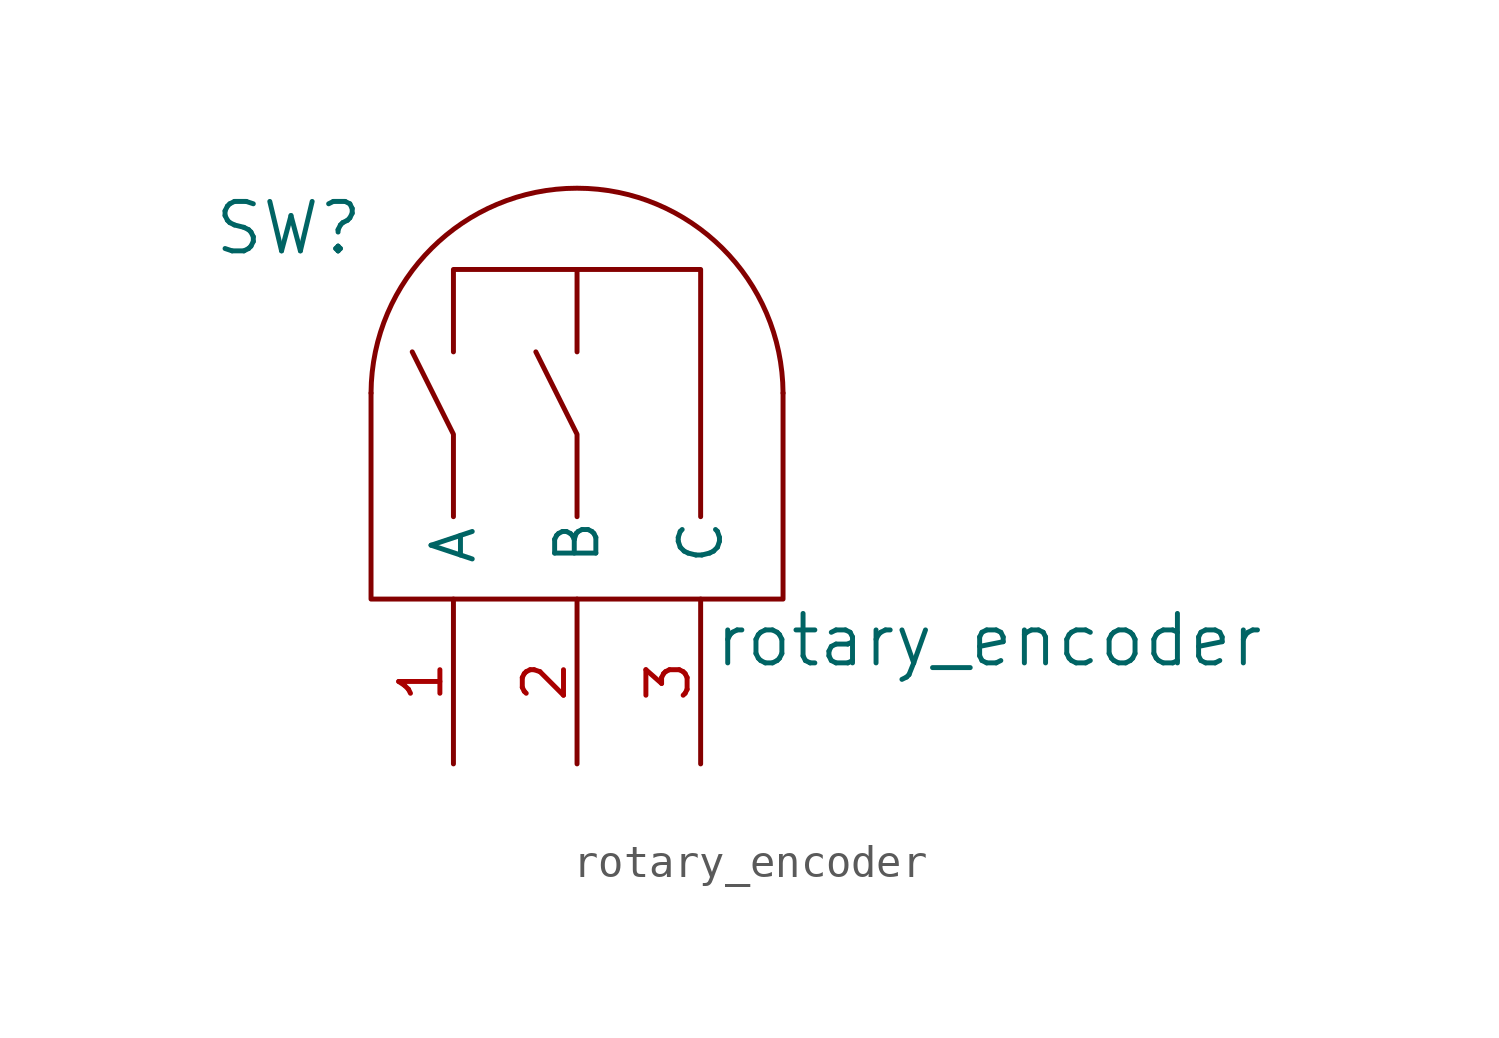
<source format=kicad_sym>
(kicad_symbol_lib
  (version 20220914)
  (generator kicad_symbol_editor)
  (symbol "rotary_encoder"
    (pin_names
      (offset 1.016))
    (property "Reference" "SW"
      (at -8.89 5.08 0)
      (effects (font (size 1.524 1.524))))
    (property "Value" "rotary_encoder"
      (at 12.7 -7.62 0)
      (effects (font (size 1.524 1.524))))
    (property "Footprint" ""
      (at 0 0 0)
      (effects (font (size 1.524 1.524))))
    (property "Datasheet" ""
      (at 0 0 0)
      (effects (font (size 1.524 1.524))))
    (symbol "rotary_encoder_0_1"
      (polyline (pts (xy 0 1.27) (xy 0 3.81)) (stroke (width 0) (type solid)) (fill (type none)))
      (polyline (pts (xy -3.81 -3.81) (xy -3.81 -1.27) (xy -5.08 1.27)) (stroke (width 0) (type solid)) (fill (type none)))
      (polyline (pts (xy 0 -3.81) (xy 0 -1.27) (xy -1.27 1.27)) (stroke (width 0) (type solid)) (fill (type none)))
      (polyline (pts (xy -6.35 0) (xy -6.35 -6.35) (xy 6.35 -6.35) (xy 6.35 0)) (stroke (width 0) (type solid)) (fill (type none)))
      (polyline (pts (xy 3.81 -3.81) (xy 3.81 3.81) (xy -3.81 3.81) (xy -3.81 1.27)) (stroke (width 0) (type solid)) (fill (type none)))
      (arc (start 6.35 0) (mid 0 6.3224) (end -6.35 0) (stroke (width 0) (type solid)) (fill (type none))))
    (symbol "rotary_encoder_1_1"
      (pin input line (at -3.81 -11.43 90) (length 5.08) (name "A" (effects (font (size 1.27 1.27)))) (number "1" (effects (font (size 1.27 1.27)))))
      (pin input line (at 0 -11.43 90) (length 5.08) (name "B" (effects (font (size 1.27 1.27)))) (number "2" (effects (font (size 1.27 1.27)))))
      (pin input line (at 3.81 -11.43 90) (length 5.08) (name "C" (effects (font (size 1.27 1.27)))) (number "3" (effects (font (size 1.27 1.27))))))))
</source>
